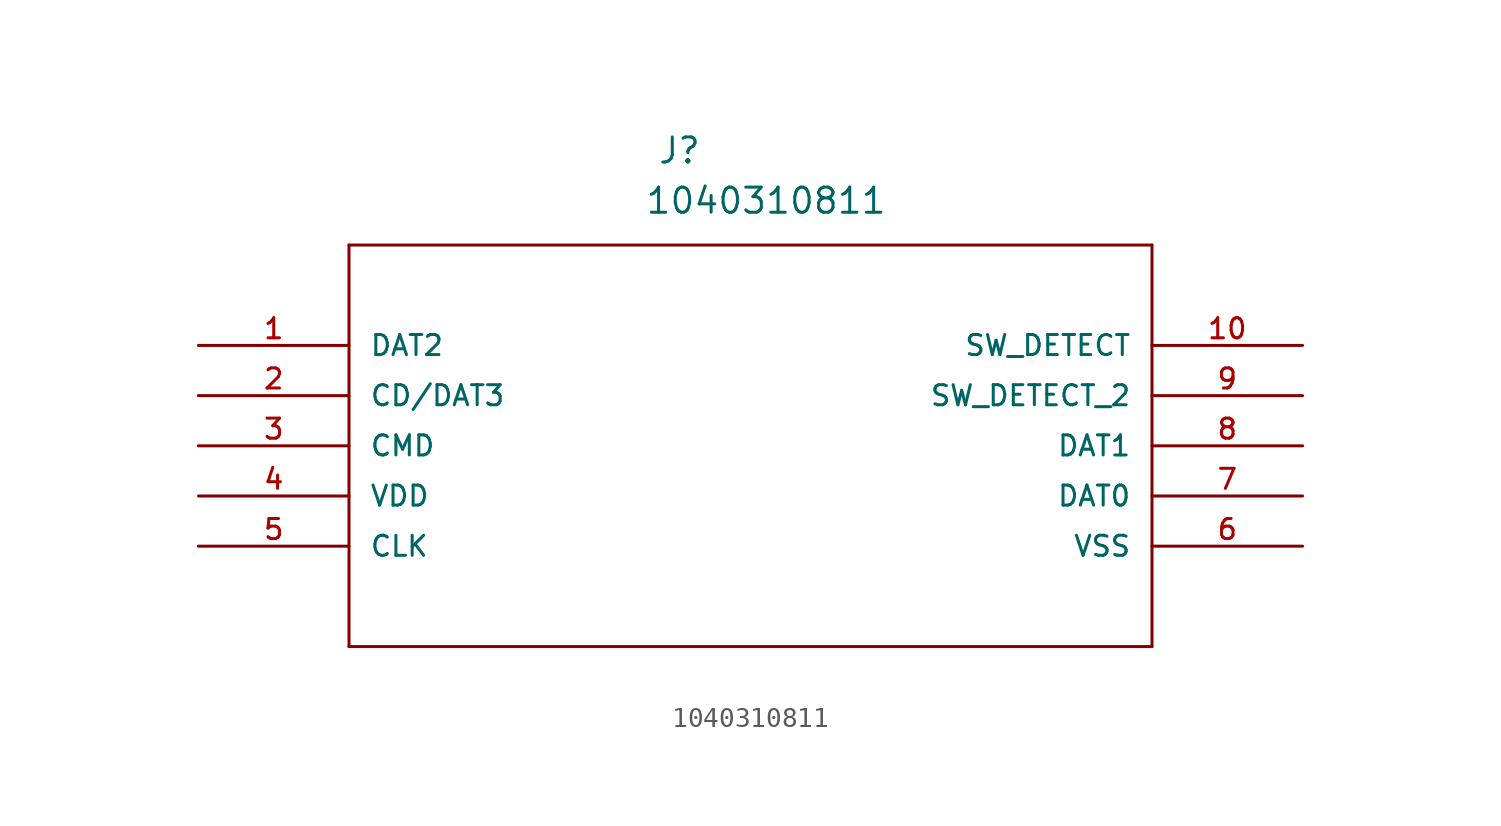
<source format=kicad_sym>
(kicad_symbol_lib
  (version 20211014)
  (generator kicad_symbol_editor)
  (symbol "1040310811"
    (pin_names
      (offset 1.016))
    (property "Reference" "J"
      (at 23.216 9.119 0.0)
      (effects (font (size 1.27 1.27)) (justify bottom left)))
    (property "Value" "1040310811"
      (at 22.581 6.579 0.0)
      (effects (font (size 1.27 1.27)) (justify bottom left)))
    (symbol "1040310811_0_0"
      (polyline (pts (xy 7.62 5.08) (xy 7.62 -15.24)) (stroke (width 0.152)))
      (polyline (pts (xy 7.62 -15.24) (xy 48.26 -15.24)) (stroke (width 0.152)))
      (polyline (pts (xy 48.26 -15.24) (xy 48.26 5.08)) (stroke (width 0.152)))
      (polyline (pts (xy 48.26 5.08) (xy 7.62 5.08)) (stroke (width 0.152)))
      (pin bidirectional line (at 0.0 0.0 0) (length 7.62) (name "DAT2" (effects (font (size 1.016 1.016)))) (number "1" (effects (font (size 1.016 1.016)))))
      (pin bidirectional line (at 0.0 -2.54 0) (length 7.62) (name "CD/DAT3" (effects (font (size 1.016 1.016)))) (number "2" (effects (font (size 1.016 1.016)))))
      (pin passive line (at 0.0 -5.08 0) (length 7.62) (name "CMD" (effects (font (size 1.016 1.016)))) (number "3" (effects (font (size 1.016 1.016)))))
      (pin power_in line (at 0.0 -7.62 0) (length 7.62) (name "VDD" (effects (font (size 1.016 1.016)))) (number "4" (effects (font (size 1.016 1.016)))))
      (pin passive line (at 0.0 -10.16 0) (length 7.62) (name "CLK" (effects (font (size 1.016 1.016)))) (number "5" (effects (font (size 1.016 1.016)))))
      (pin passive line (at 55.88 -10.16 180.0) (length 7.62) (name "VSS" (effects (font (size 1.016 1.016)))) (number "6" (effects (font (size 1.016 1.016)))))
      (pin bidirectional line (at 55.88 -7.62 180.0) (length 7.62) (name "DAT0" (effects (font (size 1.016 1.016)))) (number "7" (effects (font (size 1.016 1.016)))))
      (pin bidirectional line (at 55.88 -5.08 180.0) (length 7.62) (name "DAT1" (effects (font (size 1.016 1.016)))) (number "8" (effects (font (size 1.016 1.016)))))
      (pin passive line (at 55.88 -2.54 180.0) (length 7.62) (name "SW_DETECT_2" (effects (font (size 1.016 1.016)))) (number "9" (effects (font (size 1.016 1.016)))))
      (pin passive line (at 55.88 0.0 180.0) (length 7.62) (name "SW_DETECT" (effects (font (size 1.016 1.016)))) (number "10" (effects (font (size 1.016 1.016))))))))
</source>
